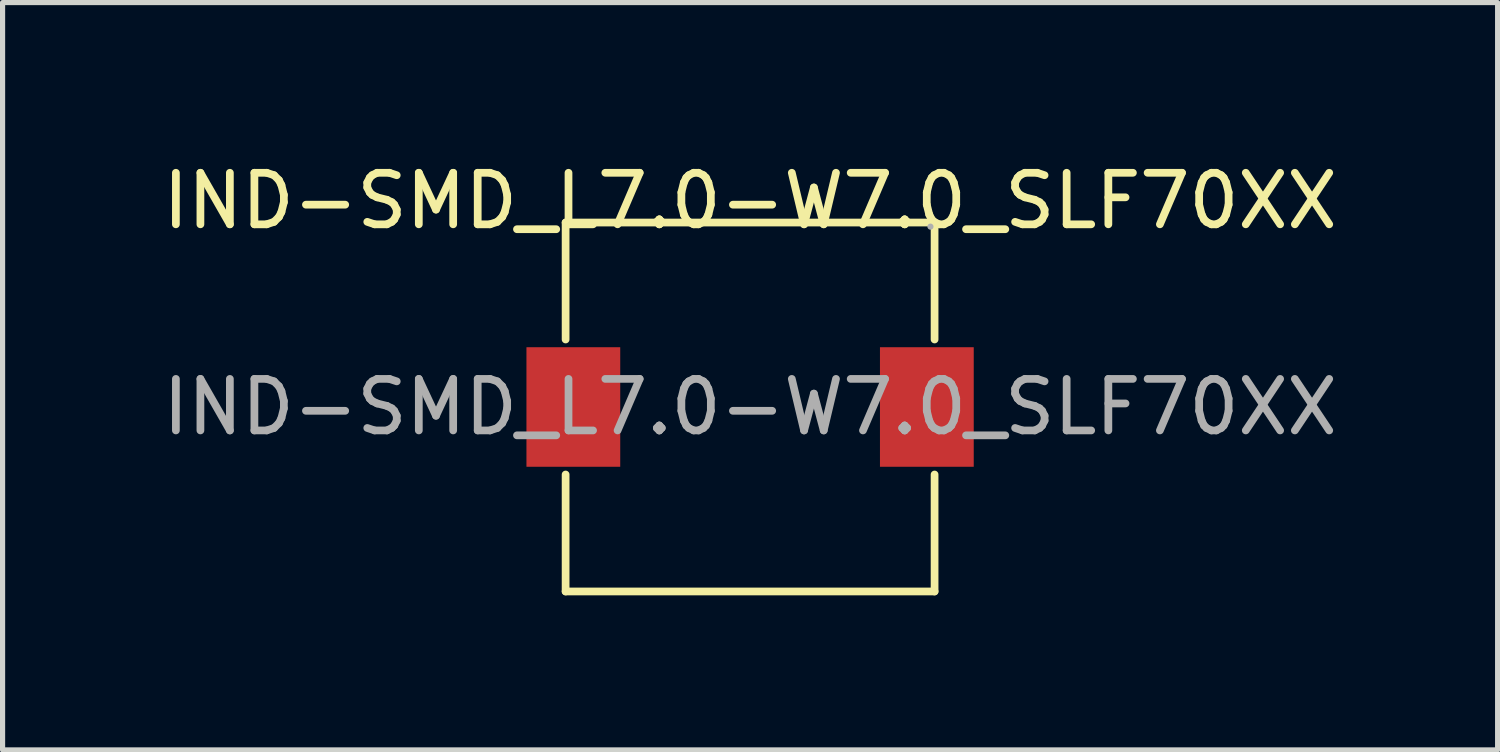
<source format=kicad_pcb>
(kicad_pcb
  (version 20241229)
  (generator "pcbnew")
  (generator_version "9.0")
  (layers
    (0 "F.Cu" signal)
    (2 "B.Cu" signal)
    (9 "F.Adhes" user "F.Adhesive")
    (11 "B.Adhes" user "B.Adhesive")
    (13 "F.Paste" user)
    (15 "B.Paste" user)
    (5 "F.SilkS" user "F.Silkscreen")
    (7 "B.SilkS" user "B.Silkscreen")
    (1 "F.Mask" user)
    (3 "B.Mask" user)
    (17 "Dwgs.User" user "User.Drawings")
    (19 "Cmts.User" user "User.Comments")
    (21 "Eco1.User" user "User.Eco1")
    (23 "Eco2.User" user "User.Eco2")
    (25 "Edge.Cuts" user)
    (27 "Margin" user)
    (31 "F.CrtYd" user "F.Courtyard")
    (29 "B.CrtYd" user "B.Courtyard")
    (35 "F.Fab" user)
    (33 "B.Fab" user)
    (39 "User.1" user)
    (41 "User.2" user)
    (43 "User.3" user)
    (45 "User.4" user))
  (footprint "IND-SMD_L7.0-W7.0_SLF70XX"
    (layer "F.Cu")
    (at 11.506 4.848)
    (property "Reference" "IND-SMD_L7.0-W7.0_SLF70XX" (at 0 -4 0) (layer "F.SilkS") (effects (font (size 1 1) (thickness 0.15))))
    (attr through_hole)
    (fp_line (start -3.58 -3.58) (end 3.58 -3.58) (stroke (width 0.15) (type solid)) (layer "F.SilkS"))
    (fp_line (start -3.58 -1.31) (end -3.58 -3.58) (stroke (width 0.15) (type solid)) (layer "F.SilkS"))
    (fp_line (start -3.58 1.31) (end -3.58 3.58) (stroke (width 0.15) (type solid)) (layer "F.SilkS"))
    (fp_line (start -3.58 3.58) (end 3.58 3.58) (stroke (width 0.15) (type solid)) (layer "F.SilkS"))
    (fp_line (start 3.58 -3.58) (end 3.58 -1.31) (stroke (width 0.15) (type solid)) (layer "F.SilkS"))
    (fp_line (start 3.58 3.58) (end 3.58 1.31) (stroke (width 0.15) (type solid)) (layer "F.SilkS"))
    (fp_circle (center 3.5 -3.5) (end 3.53 -3.5) (stroke (width 0.06) (type solid)) (fill no) (layer "F.Fab"))
    (fp_text user "${REFERENCE}" (at 0 0 0) (layer "F.Fab") (effects (font (size 1 1) (thickness 0.15))))
    (pad "1" smd rect (at 3.43 0) (size 1.82 2.32) (layers "F.Cu" "F.Mask" "F.Paste"))
    (pad "2" smd rect (at -3.43 0) (size 1.82 2.32) (layers "F.Cu" "F.Mask" "F.Paste")))
  (gr_rect
    (start -3 -3)
    (end 26.012 11.503)
    (stroke (width 0.1) (type default))
    (fill no)
    (layer "Edge.Cuts")))
</source>
